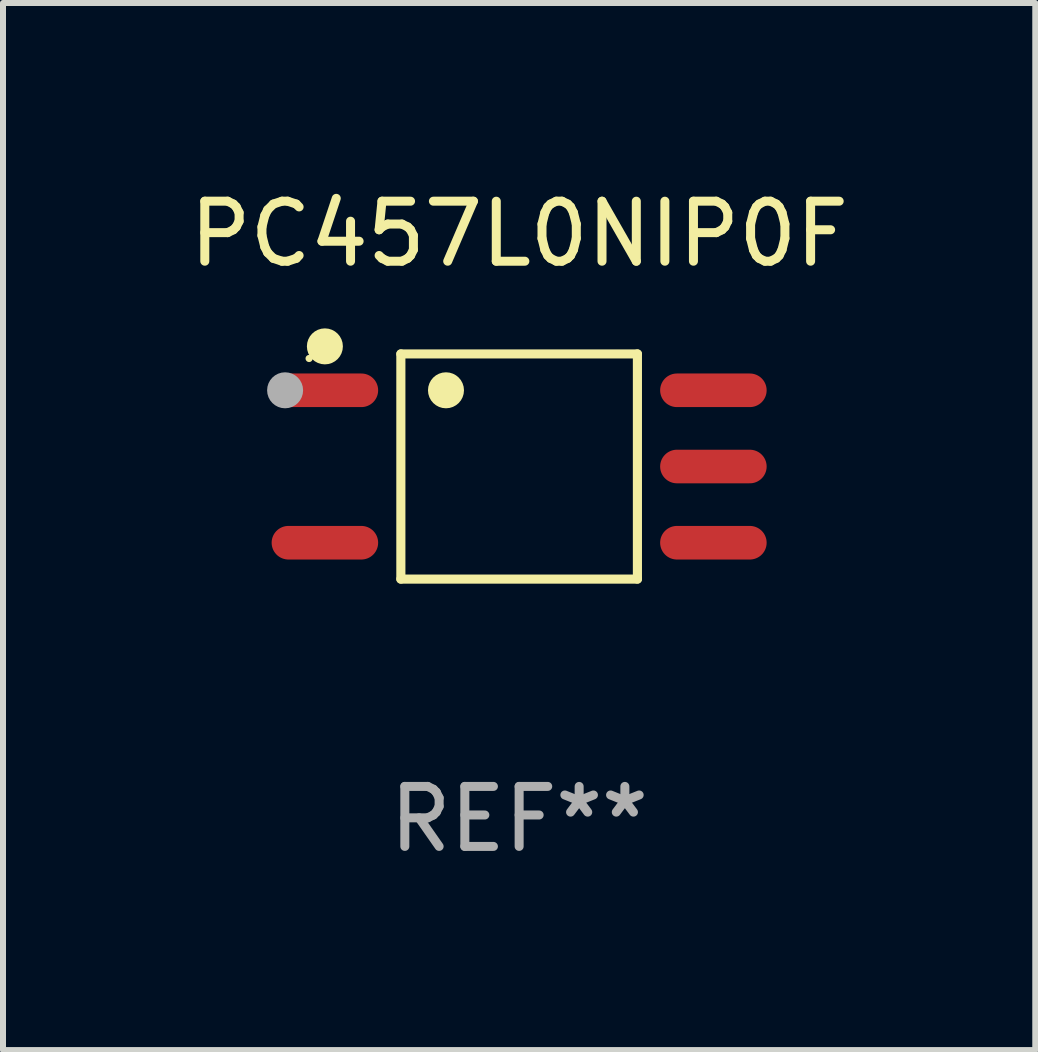
<source format=kicad_pcb>
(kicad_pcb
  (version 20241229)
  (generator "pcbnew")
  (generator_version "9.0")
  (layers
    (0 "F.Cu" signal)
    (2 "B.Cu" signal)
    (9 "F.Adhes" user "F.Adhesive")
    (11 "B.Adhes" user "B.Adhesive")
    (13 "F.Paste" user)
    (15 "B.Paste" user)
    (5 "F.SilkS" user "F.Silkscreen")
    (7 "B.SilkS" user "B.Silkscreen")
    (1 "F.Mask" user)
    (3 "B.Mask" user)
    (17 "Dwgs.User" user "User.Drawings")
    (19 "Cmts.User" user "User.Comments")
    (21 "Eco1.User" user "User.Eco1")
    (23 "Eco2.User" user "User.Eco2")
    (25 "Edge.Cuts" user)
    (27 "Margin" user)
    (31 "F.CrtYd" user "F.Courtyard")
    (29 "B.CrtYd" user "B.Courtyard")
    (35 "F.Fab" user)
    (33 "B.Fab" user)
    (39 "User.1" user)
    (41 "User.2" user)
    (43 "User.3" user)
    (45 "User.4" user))
  (footprint "PC457L0NIP0F"
    (layer "F.Cu")
    (at 5.601 4.724)
    (property "Reference" "PC457L0NIP0F" (at 0 -3.876 0) (layer "F.SilkS") (effects (font (size 1 1) (thickness 0.15))))
    (attr through_hole)
    (fp_line (start -1.971 -1.876) (end 1.971 -1.876) (stroke (width 0.152) (type solid)) (layer "F.SilkS"))
    (fp_line (start -1.971 1.876) (end -1.971 -1.876) (stroke (width 0.152) (type solid)) (layer "F.SilkS"))
    (fp_line (start 1.971 -1.876) (end 1.971 1.876) (stroke (width 0.152) (type solid)) (layer "F.SilkS"))
    (fp_line (start 1.971 1.876) (end -1.971 1.876) (stroke (width 0.152) (type solid)) (layer "F.SilkS"))
    (fp_circle (center -3.5 -1.8) (end -3.47 -1.8) (stroke (width 0.06) (type solid)) (fill no) (layer "F.SilkS"))
    (fp_circle (center -3.237 -2.002) (end -3.087 -2.002) (stroke (width 0.3) (type solid)) (fill no) (layer "F.SilkS"))
    (fp_circle (center -1.219 -1.27) (end -1.069 -1.27) (stroke (width 0.3) (type solid)) (fill no) (layer "F.SilkS"))
    (fp_circle (center -3.9 -1.27) (end -3.75 -1.27) (stroke (width 0.3) (type solid)) (fill no) (layer "F.Fab"))
    (fp_text user "REF**" (at 0 5.876 0) (layer "F.Fab") (effects (font (size 1 1) (thickness 0.15))))
    (pad "1" smd oval (at -3.237 -1.27 270) (size 0.56 1.775) (layers "F.Cu" "F.Mask" "F.Paste"))
    (pad "3" smd oval (at -3.237 1.27 270) (size 0.56 1.775) (layers "F.Cu" "F.Mask" "F.Paste"))
    (pad "4" smd oval (at 3.237 1.27 270) (size 0.56 1.775) (layers "F.Cu" "F.Mask" "F.Paste"))
    (pad "5" smd oval (at 3.237 0 270) (size 0.56 1.775) (layers "F.Cu" "F.Mask" "F.Paste"))
    (pad "6" smd oval (at 3.237 -1.27 270) (size 0.56 1.775) (layers "F.Cu" "F.Mask" "F.Paste")))
  (gr_rect
    (start -3 -3)
    (end 14.202 14.449)
    (stroke (width 0.1) (type default))
    (fill no)
    (layer "Edge.Cuts")))
</source>
